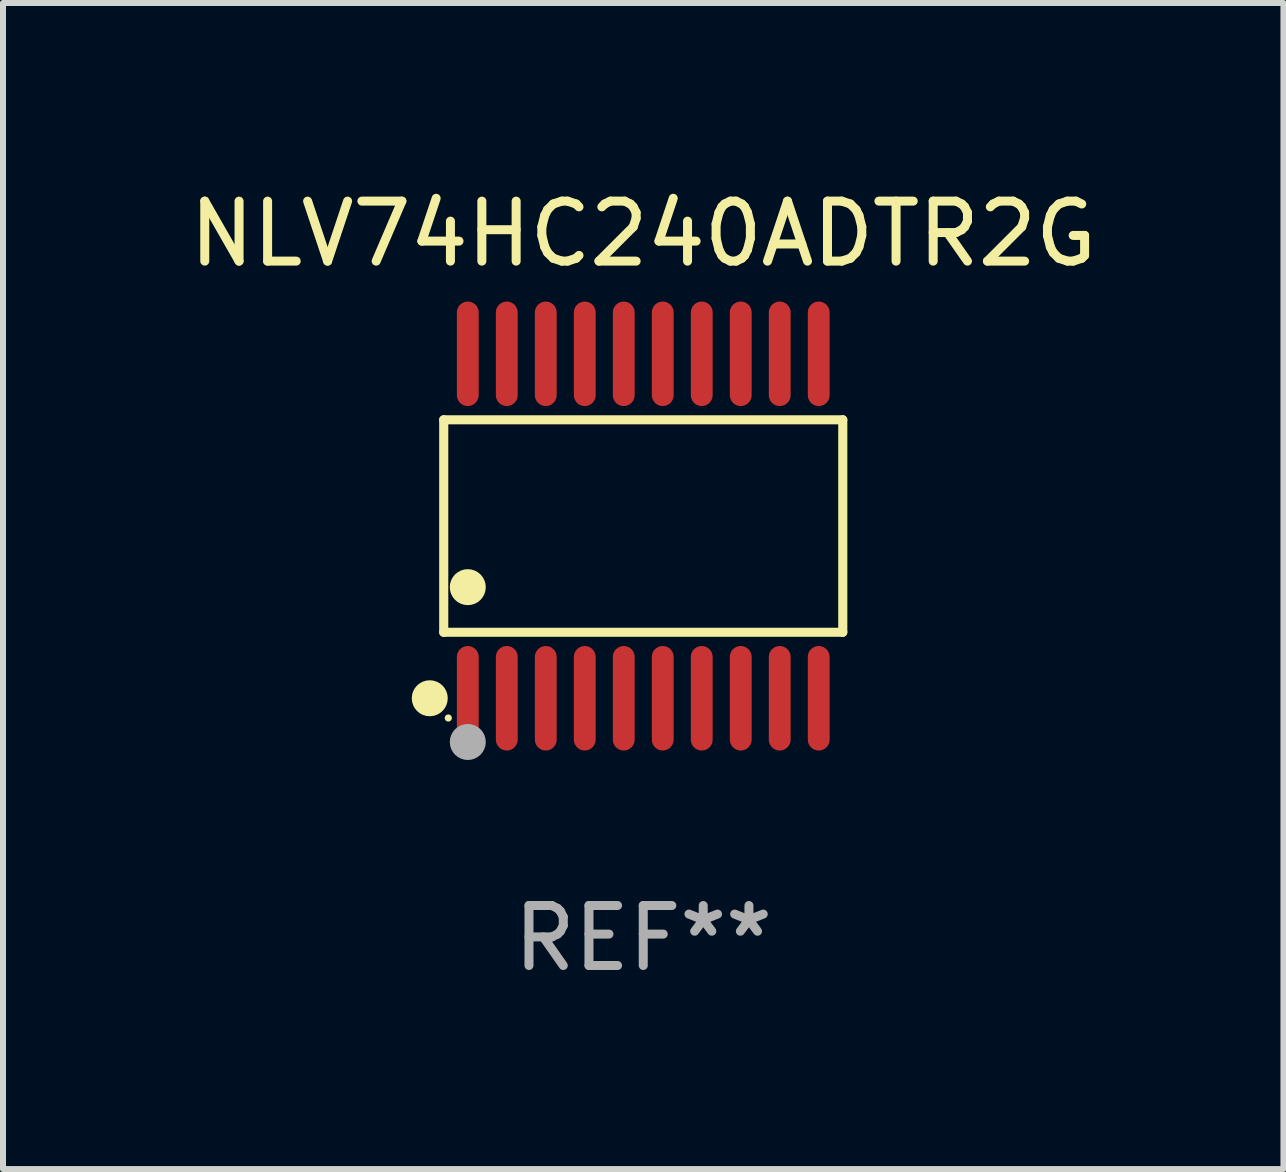
<source format=kicad_pcb>
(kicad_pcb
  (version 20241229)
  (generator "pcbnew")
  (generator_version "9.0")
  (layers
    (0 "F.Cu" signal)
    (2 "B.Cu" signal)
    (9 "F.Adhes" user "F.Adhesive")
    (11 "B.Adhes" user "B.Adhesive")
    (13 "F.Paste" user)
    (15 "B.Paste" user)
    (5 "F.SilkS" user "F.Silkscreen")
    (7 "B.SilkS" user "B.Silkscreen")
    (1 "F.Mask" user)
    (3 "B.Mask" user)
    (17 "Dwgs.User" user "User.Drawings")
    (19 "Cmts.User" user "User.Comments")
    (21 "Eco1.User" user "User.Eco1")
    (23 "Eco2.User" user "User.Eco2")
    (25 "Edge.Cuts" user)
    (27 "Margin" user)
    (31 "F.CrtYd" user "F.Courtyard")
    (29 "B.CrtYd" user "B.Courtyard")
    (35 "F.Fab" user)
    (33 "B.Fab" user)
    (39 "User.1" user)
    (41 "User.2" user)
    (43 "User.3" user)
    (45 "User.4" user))
  (footprint "NLV74HC240ADTR2G"
    (layer "F.Cu")
    (at 7.673 5.719)
    (property "Reference" "NLV74HC240ADTR2G" (at 0 -4.871 0) (layer "F.SilkS") (effects (font (size 1 1) (thickness 0.15))))
    (attr through_hole)
    (fp_line (start -3.326 -1.771) (end 3.326 -1.771) (stroke (width 0.152) (type solid)) (layer "F.SilkS"))
    (fp_line (start -3.326 1.771) (end -3.326 -1.771) (stroke (width 0.152) (type solid)) (layer "F.SilkS"))
    (fp_line (start 3.326 -1.771) (end 3.326 1.771) (stroke (width 0.152) (type solid)) (layer "F.SilkS"))
    (fp_line (start 3.326 1.771) (end -3.326 1.771) (stroke (width 0.152) (type solid)) (layer "F.SilkS"))
    (fp_circle (center -3.559 2.871) (end -3.409 2.871) (stroke (width 0.3) (type solid)) (fill no) (layer "F.SilkS"))
    (fp_circle (center -3.25 3.2) (end -3.22 3.2) (stroke (width 0.06) (type solid)) (fill no) (layer "F.SilkS"))
    (fp_circle (center -2.925 1.019) (end -2.775 1.019) (stroke (width 0.3) (type solid)) (fill no) (layer "F.SilkS"))
    (fp_circle (center -2.925 3.6) (end -2.775 3.6) (stroke (width 0.3) (type solid)) (fill no) (layer "F.Fab"))
    (fp_text user "REF**" (at 0 6.871 0) (layer "F.Fab") (effects (font (size 1 1) (thickness 0.15))))
    (pad "1" smd oval (at -2.925 2.871) (size 0.364 1.742) (layers "F.Cu" "F.Mask" "F.Paste"))
    (pad "2" smd oval (at -2.275 2.871) (size 0.364 1.742) (layers "F.Cu" "F.Mask" "F.Paste"))
    (pad "3" smd oval (at -1.625 2.871) (size 0.364 1.742) (layers "F.Cu" "F.Mask" "F.Paste"))
    (pad "4" smd oval (at -0.975 2.871) (size 0.364 1.742) (layers "F.Cu" "F.Mask" "F.Paste"))
    (pad "5" smd oval (at -0.325 2.871) (size 0.364 1.742) (layers "F.Cu" "F.Mask" "F.Paste"))
    (pad "6" smd oval (at 0.325 2.871) (size 0.364 1.742) (layers "F.Cu" "F.Mask" "F.Paste"))
    (pad "7" smd oval (at 0.975 2.871) (size 0.364 1.742) (layers "F.Cu" "F.Mask" "F.Paste"))
    (pad "8" smd oval (at 1.625 2.871) (size 0.364 1.742) (layers "F.Cu" "F.Mask" "F.Paste"))
    (pad "9" smd oval (at 2.275 2.871) (size 0.364 1.742) (layers "F.Cu" "F.Mask" "F.Paste"))
    (pad "10" smd oval (at 2.925 2.871) (size 0.364 1.742) (layers "F.Cu" "F.Mask" "F.Paste"))
    (pad "11" smd oval (at 2.925 -2.871) (size 0.364 1.742) (layers "F.Cu" "F.Mask" "F.Paste"))
    (pad "12" smd oval (at 2.275 -2.871) (size 0.364 1.742) (layers "F.Cu" "F.Mask" "F.Paste"))
    (pad "13" smd oval (at 1.625 -2.871) (size 0.364 1.742) (layers "F.Cu" "F.Mask" "F.Paste"))
    (pad "14" smd oval (at 0.975 -2.871) (size 0.364 1.742) (layers "F.Cu" "F.Mask" "F.Paste"))
    (pad "15" smd oval (at 0.325 -2.871) (size 0.364 1.742) (layers "F.Cu" "F.Mask" "F.Paste"))
    (pad "16" smd oval (at -0.325 -2.871) (size 0.364 1.742) (layers "F.Cu" "F.Mask" "F.Paste"))
    (pad "17" smd oval (at -0.975 -2.871) (size 0.364 1.742) (layers "F.Cu" "F.Mask" "F.Paste"))
    (pad "18" smd oval (at -1.625 -2.871) (size 0.364 1.742) (layers "F.Cu" "F.Mask" "F.Paste"))
    (pad "19" smd oval (at -2.275 -2.871) (size 0.364 1.742) (layers "F.Cu" "F.Mask" "F.Paste"))
    (pad "20" smd oval (at -2.925 -2.871) (size 0.364 1.742) (layers "F.Cu" "F.Mask" "F.Paste")))
  (gr_rect
    (start -3 -3)
    (end 18.345 16.438)
    (stroke (width 0.1) (type default))
    (fill no)
    (layer "Edge.Cuts")))
</source>
